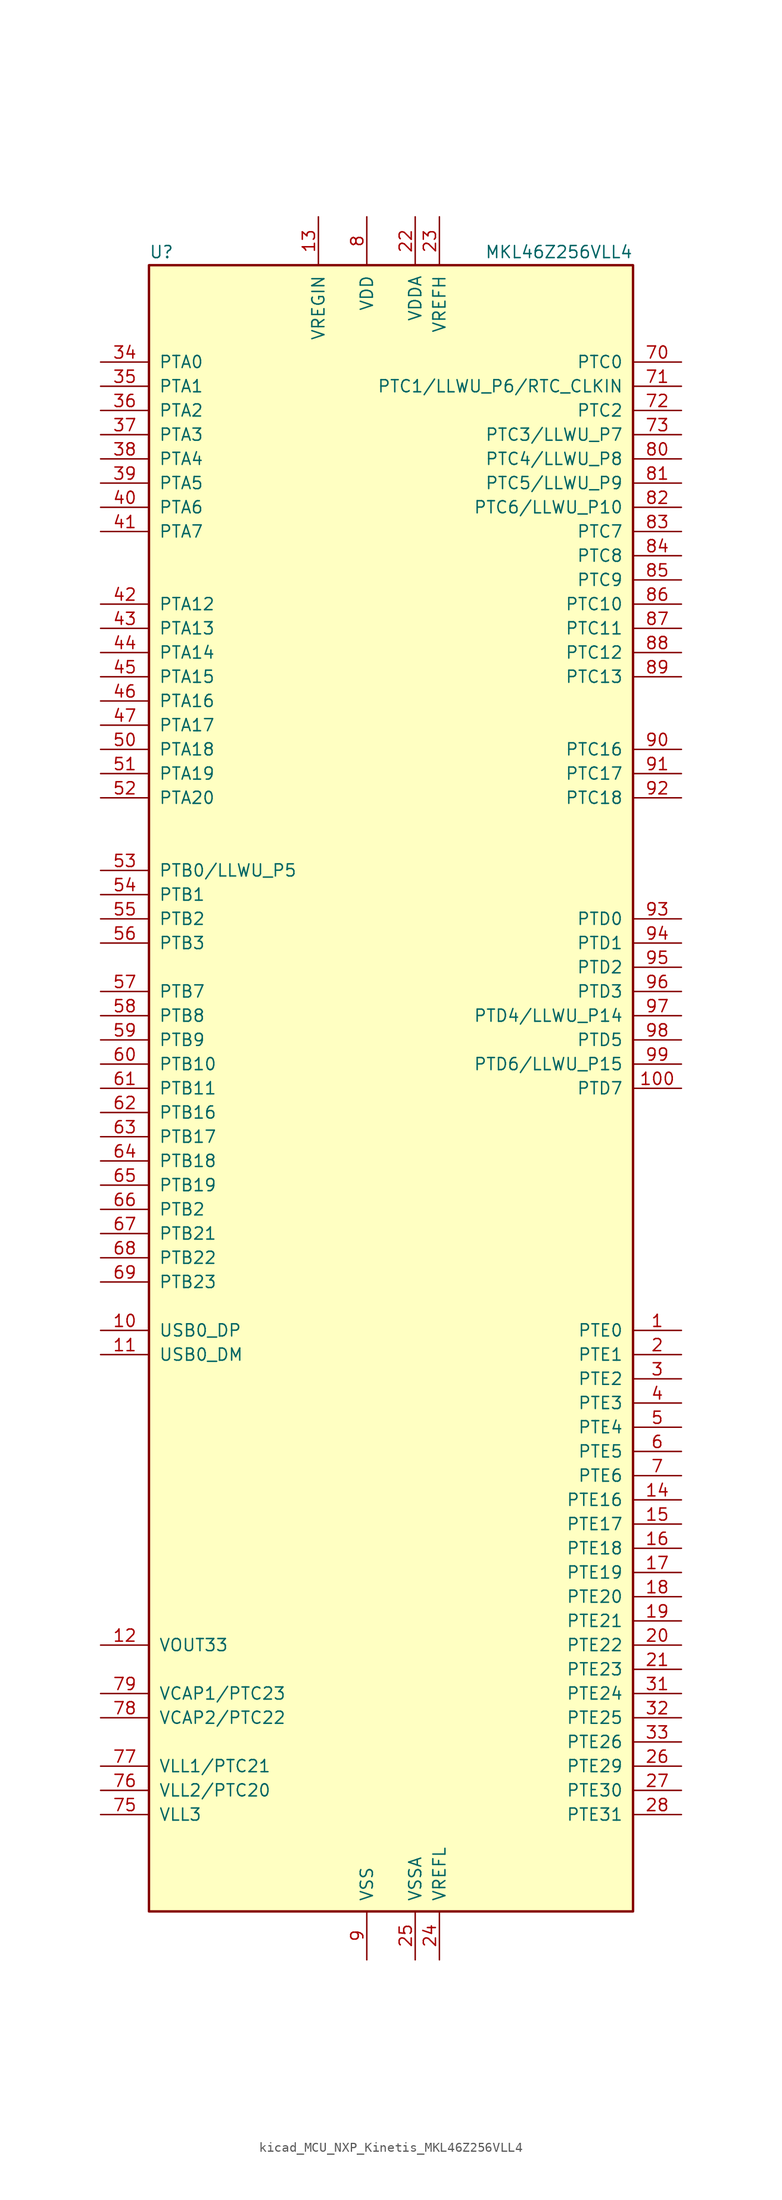
<source format=kicad_sym>
(kicad_symbol_lib
  (version 20220914)
  (generator kicad_symbol_editor)
  (symbol "kicad_MCU_NXP_Kinetis_MKL46Z256VLL4"
    (pin_names
      (offset 1.016))
    (property "Reference" "U"
      (at -25.4 86.995 0)
      (effects (font (size 1.27 1.27)) (justify left bottom)))
    (property "Value" "MKL46Z256VLL4"
      (at 25.4 86.995 0)
      (effects (font (size 1.27 1.27)) (justify right bottom)))
    (symbol "kicad_MCU_NXP_Kinetis_MKL46Z256VLL4_0_1"
      (rectangle (start -25.4 86.36) (end 25.4 -86.36) (stroke (width 0.254) (type default)) (fill (type background))))
    (symbol "kicad_MCU_NXP_Kinetis_MKL46Z256VLL4_1_1"
      (pin bidirectional line (at 30.48 -25.4 180) (length 5.08) (name "PTE0" (effects (font (size 1.27 1.27)))) (number "1" (effects (font (size 1.27 1.27)))))
      (pin bidirectional line (at -30.48 -25.4 0) (length 5.08) (name "USB0_DP" (effects (font (size 1.27 1.27)))) (number "10" (effects (font (size 1.27 1.27)))))
      (pin bidirectional line (at 30.48 0 180) (length 5.08) (name "PTD7" (effects (font (size 1.27 1.27)))) (number "100" (effects (font (size 1.27 1.27)))))
      (pin bidirectional line (at -30.48 -27.94 0) (length 5.08) (name "USB0_DM" (effects (font (size 1.27 1.27)))) (number "11" (effects (font (size 1.27 1.27)))))
      (pin power_out line (at -30.48 -58.42 0) (length 5.08) (name "VOUT33" (effects (font (size 1.27 1.27)))) (number "12" (effects (font (size 1.27 1.27)))))
      (pin power_in line (at -7.62 91.44 270) (length 5.08) (name "VREGIN" (effects (font (size 1.27 1.27)))) (number "13" (effects (font (size 1.27 1.27)))))
      (pin bidirectional line (at 30.48 -43.18 180) (length 5.08) (name "PTE16" (effects (font (size 1.27 1.27)))) (number "14" (effects (font (size 1.27 1.27)))))
      (pin bidirectional line (at 30.48 -45.72 180) (length 5.08) (name "PTE17" (effects (font (size 1.27 1.27)))) (number "15" (effects (font (size 1.27 1.27)))))
      (pin bidirectional line (at 30.48 -48.26 180) (length 5.08) (name "PTE18" (effects (font (size 1.27 1.27)))) (number "16" (effects (font (size 1.27 1.27)))))
      (pin bidirectional line (at 30.48 -50.8 180) (length 5.08) (name "PTE19" (effects (font (size 1.27 1.27)))) (number "17" (effects (font (size 1.27 1.27)))))
      (pin bidirectional line (at 30.48 -53.34 180) (length 5.08) (name "PTE20" (effects (font (size 1.27 1.27)))) (number "18" (effects (font (size 1.27 1.27)))))
      (pin bidirectional line (at 30.48 -55.88 180) (length 5.08) (name "PTE21" (effects (font (size 1.27 1.27)))) (number "19" (effects (font (size 1.27 1.27)))))
      (pin bidirectional line (at 30.48 -27.94 180) (length 5.08) (name "PTE1" (effects (font (size 1.27 1.27)))) (number "2" (effects (font (size 1.27 1.27)))))
      (pin bidirectional line (at 30.48 -58.42 180) (length 5.08) (name "PTE22" (effects (font (size 1.27 1.27)))) (number "20" (effects (font (size 1.27 1.27)))))
      (pin bidirectional line (at 30.48 -60.96 180) (length 5.08) (name "PTE23" (effects (font (size 1.27 1.27)))) (number "21" (effects (font (size 1.27 1.27)))))
      (pin power_in line (at 2.54 91.44 270) (length 5.08) (name "VDDA" (effects (font (size 1.27 1.27)))) (number "22" (effects (font (size 1.27 1.27)))))
      (pin power_in line (at 5.08 91.44 270) (length 5.08) (name "VREFH" (effects (font (size 1.27 1.27)))) (number "23" (effects (font (size 1.27 1.27)))))
      (pin power_in line (at 5.08 -91.44 90) (length 5.08) (name "VREFL" (effects (font (size 1.27 1.27)))) (number "24" (effects (font (size 1.27 1.27)))))
      (pin power_in line (at 2.54 -91.44 90) (length 5.08) (name "VSSA" (effects (font (size 1.27 1.27)))) (number "25" (effects (font (size 1.27 1.27)))))
      (pin bidirectional line (at 30.48 -71.12 180) (length 5.08) (name "PTE29" (effects (font (size 1.27 1.27)))) (number "26" (effects (font (size 1.27 1.27)))))
      (pin bidirectional line (at 30.48 -73.66 180) (length 5.08) (name "PTE30" (effects (font (size 1.27 1.27)))) (number "27" (effects (font (size 1.27 1.27)))))
      (pin bidirectional line (at 30.48 -76.2 180) (length 5.08) (name "PTE31" (effects (font (size 1.27 1.27)))) (number "28" (effects (font (size 1.27 1.27)))))
      (pin passive line (at -2.54 -91.44 90) (length 5.08) hide (name "VSS" (effects (font (size 1.27 1.27)))) (number "29" (effects (font (size 1.27 1.27)))))
      (pin bidirectional line (at 30.48 -30.48 180) (length 5.08) (name "PTE2" (effects (font (size 1.27 1.27)))) (number "3" (effects (font (size 1.27 1.27)))))
      (pin passive line (at -2.54 91.44 270) (length 5.08) hide (name "VDD" (effects (font (size 1.27 1.27)))) (number "30" (effects (font (size 1.27 1.27)))))
      (pin bidirectional line (at 30.48 -63.5 180) (length 5.08) (name "PTE24" (effects (font (size 1.27 1.27)))) (number "31" (effects (font (size 1.27 1.27)))))
      (pin bidirectional line (at 30.48 -66.04 180) (length 5.08) (name "PTE25" (effects (font (size 1.27 1.27)))) (number "32" (effects (font (size 1.27 1.27)))))
      (pin bidirectional line (at 30.48 -68.58 180) (length 5.08) (name "PTE26" (effects (font (size 1.27 1.27)))) (number "33" (effects (font (size 1.27 1.27)))))
      (pin bidirectional line (at -30.48 76.2 0) (length 5.08) (name "PTA0" (effects (font (size 1.27 1.27)))) (number "34" (effects (font (size 1.27 1.27)))))
      (pin bidirectional line (at -30.48 73.66 0) (length 5.08) (name "PTA1" (effects (font (size 1.27 1.27)))) (number "35" (effects (font (size 1.27 1.27)))))
      (pin bidirectional line (at -30.48 71.12 0) (length 5.08) (name "PTA2" (effects (font (size 1.27 1.27)))) (number "36" (effects (font (size 1.27 1.27)))))
      (pin bidirectional line (at -30.48 68.58 0) (length 5.08) (name "PTA3" (effects (font (size 1.27 1.27)))) (number "37" (effects (font (size 1.27 1.27)))))
      (pin bidirectional line (at -30.48 66.04 0) (length 5.08) (name "PTA4" (effects (font (size 1.27 1.27)))) (number "38" (effects (font (size 1.27 1.27)))))
      (pin bidirectional line (at -30.48 63.5 0) (length 5.08) (name "PTA5" (effects (font (size 1.27 1.27)))) (number "39" (effects (font (size 1.27 1.27)))))
      (pin bidirectional line (at 30.48 -33.02 180) (length 5.08) (name "PTE3" (effects (font (size 1.27 1.27)))) (number "4" (effects (font (size 1.27 1.27)))))
      (pin bidirectional line (at -30.48 60.96 0) (length 5.08) (name "PTA6" (effects (font (size 1.27 1.27)))) (number "40" (effects (font (size 1.27 1.27)))))
      (pin bidirectional line (at -30.48 58.42 0) (length 5.08) (name "PTA7" (effects (font (size 1.27 1.27)))) (number "41" (effects (font (size 1.27 1.27)))))
      (pin bidirectional line (at -30.48 50.8 0) (length 5.08) (name "PTA12" (effects (font (size 1.27 1.27)))) (number "42" (effects (font (size 1.27 1.27)))))
      (pin bidirectional line (at -30.48 48.26 0) (length 5.08) (name "PTA13" (effects (font (size 1.27 1.27)))) (number "43" (effects (font (size 1.27 1.27)))))
      (pin bidirectional line (at -30.48 45.72 0) (length 5.08) (name "PTA14" (effects (font (size 1.27 1.27)))) (number "44" (effects (font (size 1.27 1.27)))))
      (pin bidirectional line (at -30.48 43.18 0) (length 5.08) (name "PTA15" (effects (font (size 1.27 1.27)))) (number "45" (effects (font (size 1.27 1.27)))))
      (pin bidirectional line (at -30.48 40.64 0) (length 5.08) (name "PTA16" (effects (font (size 1.27 1.27)))) (number "46" (effects (font (size 1.27 1.27)))))
      (pin bidirectional line (at -30.48 38.1 0) (length 5.08) (name "PTA17" (effects (font (size 1.27 1.27)))) (number "47" (effects (font (size 1.27 1.27)))))
      (pin passive line (at -2.54 91.44 270) (length 5.08) hide (name "VDD" (effects (font (size 1.27 1.27)))) (number "48" (effects (font (size 1.27 1.27)))))
      (pin passive line (at -2.54 -91.44 90) (length 5.08) hide (name "VSS" (effects (font (size 1.27 1.27)))) (number "49" (effects (font (size 1.27 1.27)))))
      (pin bidirectional line (at 30.48 -35.56 180) (length 5.08) (name "PTE4" (effects (font (size 1.27 1.27)))) (number "5" (effects (font (size 1.27 1.27)))))
      (pin bidirectional line (at -30.48 35.56 0) (length 5.08) (name "PTA18" (effects (font (size 1.27 1.27)))) (number "50" (effects (font (size 1.27 1.27)))))
      (pin bidirectional line (at -30.48 33.02 0) (length 5.08) (name "PTA19" (effects (font (size 1.27 1.27)))) (number "51" (effects (font (size 1.27 1.27)))))
      (pin bidirectional line (at -30.48 30.48 0) (length 5.08) (name "PTA20" (effects (font (size 1.27 1.27)))) (number "52" (effects (font (size 1.27 1.27)))))
      (pin bidirectional line (at -30.48 22.86 0) (length 5.08) (name "PTB0/LLWU_P5" (effects (font (size 1.27 1.27)))) (number "53" (effects (font (size 1.27 1.27)))))
      (pin bidirectional line (at -30.48 20.32 0) (length 5.08) (name "PTB1" (effects (font (size 1.27 1.27)))) (number "54" (effects (font (size 1.27 1.27)))))
      (pin bidirectional line (at -30.48 17.78 0) (length 5.08) (name "PTB2" (effects (font (size 1.27 1.27)))) (number "55" (effects (font (size 1.27 1.27)))))
      (pin bidirectional line (at -30.48 15.24 0) (length 5.08) (name "PTB3" (effects (font (size 1.27 1.27)))) (number "56" (effects (font (size 1.27 1.27)))))
      (pin bidirectional line (at -30.48 10.16 0) (length 5.08) (name "PTB7" (effects (font (size 1.27 1.27)))) (number "57" (effects (font (size 1.27 1.27)))))
      (pin bidirectional line (at -30.48 7.62 0) (length 5.08) (name "PTB8" (effects (font (size 1.27 1.27)))) (number "58" (effects (font (size 1.27 1.27)))))
      (pin bidirectional line (at -30.48 5.08 0) (length 5.08) (name "PTB9" (effects (font (size 1.27 1.27)))) (number "59" (effects (font (size 1.27 1.27)))))
      (pin bidirectional line (at 30.48 -38.1 180) (length 5.08) (name "PTE5" (effects (font (size 1.27 1.27)))) (number "6" (effects (font (size 1.27 1.27)))))
      (pin bidirectional line (at -30.48 2.54 0) (length 5.08) (name "PTB10" (effects (font (size 1.27 1.27)))) (number "60" (effects (font (size 1.27 1.27)))))
      (pin bidirectional line (at -30.48 0 0) (length 5.08) (name "PTB11" (effects (font (size 1.27 1.27)))) (number "61" (effects (font (size 1.27 1.27)))))
      (pin bidirectional line (at -30.48 -2.54 0) (length 5.08) (name "PTB16" (effects (font (size 1.27 1.27)))) (number "62" (effects (font (size 1.27 1.27)))))
      (pin bidirectional line (at -30.48 -5.08 0) (length 5.08) (name "PTB17" (effects (font (size 1.27 1.27)))) (number "63" (effects (font (size 1.27 1.27)))))
      (pin bidirectional line (at -30.48 -7.62 0) (length 5.08) (name "PTB18" (effects (font (size 1.27 1.27)))) (number "64" (effects (font (size 1.27 1.27)))))
      (pin bidirectional line (at -30.48 -10.16 0) (length 5.08) (name "PTB19" (effects (font (size 1.27 1.27)))) (number "65" (effects (font (size 1.27 1.27)))))
      (pin bidirectional line (at -30.48 -12.7 0) (length 5.08) (name "PTB2" (effects (font (size 1.27 1.27)))) (number "66" (effects (font (size 1.27 1.27)))))
      (pin bidirectional line (at -30.48 -15.24 0) (length 5.08) (name "PTB21" (effects (font (size 1.27 1.27)))) (number "67" (effects (font (size 1.27 1.27)))))
      (pin bidirectional line (at -30.48 -17.78 0) (length 5.08) (name "PTB22" (effects (font (size 1.27 1.27)))) (number "68" (effects (font (size 1.27 1.27)))))
      (pin bidirectional line (at -30.48 -20.32 0) (length 5.08) (name "PTB23" (effects (font (size 1.27 1.27)))) (number "69" (effects (font (size 1.27 1.27)))))
      (pin bidirectional line (at 30.48 -40.64 180) (length 5.08) (name "PTE6" (effects (font (size 1.27 1.27)))) (number "7" (effects (font (size 1.27 1.27)))))
      (pin bidirectional line (at 30.48 76.2 180) (length 5.08) (name "PTC0" (effects (font (size 1.27 1.27)))) (number "70" (effects (font (size 1.27 1.27)))))
      (pin bidirectional line (at 30.48 73.66 180) (length 5.08) (name "PTC1/LLWU_P6/RTC_CLKIN" (effects (font (size 1.27 1.27)))) (number "71" (effects (font (size 1.27 1.27)))))
      (pin bidirectional line (at 30.48 71.12 180) (length 5.08) (name "PTC2" (effects (font (size 1.27 1.27)))) (number "72" (effects (font (size 1.27 1.27)))))
      (pin bidirectional line (at 30.48 68.58 180) (length 5.08) (name "PTC3/LLWU_P7" (effects (font (size 1.27 1.27)))) (number "73" (effects (font (size 1.27 1.27)))))
      (pin passive line (at -2.54 -91.44 90) (length 5.08) hide (name "VSS" (effects (font (size 1.27 1.27)))) (number "74" (effects (font (size 1.27 1.27)))))
      (pin power_out line (at -30.48 -76.2 0) (length 5.08) (name "VLL3" (effects (font (size 1.27 1.27)))) (number "75" (effects (font (size 1.27 1.27)))))
      (pin power_out line (at -30.48 -73.66 0) (length 5.08) (name "VLL2/PTC20" (effects (font (size 1.27 1.27)))) (number "76" (effects (font (size 1.27 1.27)))))
      (pin power_out line (at -30.48 -71.12 0) (length 5.08) (name "VLL1/PTC21" (effects (font (size 1.27 1.27)))) (number "77" (effects (font (size 1.27 1.27)))))
      (pin passive line (at -30.48 -66.04 0) (length 5.08) (name "VCAP2/PTC22" (effects (font (size 1.27 1.27)))) (number "78" (effects (font (size 1.27 1.27)))))
      (pin passive line (at -30.48 -63.5 0) (length 5.08) (name "VCAP1/PTC23" (effects (font (size 1.27 1.27)))) (number "79" (effects (font (size 1.27 1.27)))))
      (pin power_in line (at -2.54 91.44 270) (length 5.08) (name "VDD" (effects (font (size 1.27 1.27)))) (number "8" (effects (font (size 1.27 1.27)))))
      (pin bidirectional line (at 30.48 66.04 180) (length 5.08) (name "PTC4/LLWU_P8" (effects (font (size 1.27 1.27)))) (number "80" (effects (font (size 1.27 1.27)))))
      (pin bidirectional line (at 30.48 63.5 180) (length 5.08) (name "PTC5/LLWU_P9" (effects (font (size 1.27 1.27)))) (number "81" (effects (font (size 1.27 1.27)))))
      (pin bidirectional line (at 30.48 60.96 180) (length 5.08) (name "PTC6/LLWU_P10" (effects (font (size 1.27 1.27)))) (number "82" (effects (font (size 1.27 1.27)))))
      (pin bidirectional line (at 30.48 58.42 180) (length 5.08) (name "PTC7" (effects (font (size 1.27 1.27)))) (number "83" (effects (font (size 1.27 1.27)))))
      (pin bidirectional line (at 30.48 55.88 180) (length 5.08) (name "PTC8" (effects (font (size 1.27 1.27)))) (number "84" (effects (font (size 1.27 1.27)))))
      (pin bidirectional line (at 30.48 53.34 180) (length 5.08) (name "PTC9" (effects (font (size 1.27 1.27)))) (number "85" (effects (font (size 1.27 1.27)))))
      (pin bidirectional line (at 30.48 50.8 180) (length 5.08) (name "PTC10" (effects (font (size 1.27 1.27)))) (number "86" (effects (font (size 1.27 1.27)))))
      (pin bidirectional line (at 30.48 48.26 180) (length 5.08) (name "PTC11" (effects (font (size 1.27 1.27)))) (number "87" (effects (font (size 1.27 1.27)))))
      (pin bidirectional line (at 30.48 45.72 180) (length 5.08) (name "PTC12" (effects (font (size 1.27 1.27)))) (number "88" (effects (font (size 1.27 1.27)))))
      (pin bidirectional line (at 30.48 43.18 180) (length 5.08) (name "PTC13" (effects (font (size 1.27 1.27)))) (number "89" (effects (font (size 1.27 1.27)))))
      (pin power_in line (at -2.54 -91.44 90) (length 5.08) (name "VSS" (effects (font (size 1.27 1.27)))) (number "9" (effects (font (size 1.27 1.27)))))
      (pin bidirectional line (at 30.48 35.56 180) (length 5.08) (name "PTC16" (effects (font (size 1.27 1.27)))) (number "90" (effects (font (size 1.27 1.27)))))
      (pin bidirectional line (at 30.48 33.02 180) (length 5.08) (name "PTC17" (effects (font (size 1.27 1.27)))) (number "91" (effects (font (size 1.27 1.27)))))
      (pin bidirectional line (at 30.48 30.48 180) (length 5.08) (name "PTC18" (effects (font (size 1.27 1.27)))) (number "92" (effects (font (size 1.27 1.27)))))
      (pin bidirectional line (at 30.48 17.78 180) (length 5.08) (name "PTD0" (effects (font (size 1.27 1.27)))) (number "93" (effects (font (size 1.27 1.27)))))
      (pin bidirectional line (at 30.48 15.24 180) (length 5.08) (name "PTD1" (effects (font (size 1.27 1.27)))) (number "94" (effects (font (size 1.27 1.27)))))
      (pin bidirectional line (at 30.48 12.7 180) (length 5.08) (name "PTD2" (effects (font (size 1.27 1.27)))) (number "95" (effects (font (size 1.27 1.27)))))
      (pin bidirectional line (at 30.48 10.16 180) (length 5.08) (name "PTD3" (effects (font (size 1.27 1.27)))) (number "96" (effects (font (size 1.27 1.27)))))
      (pin bidirectional line (at 30.48 7.62 180) (length 5.08) (name "PTD4/LLWU_P14" (effects (font (size 1.27 1.27)))) (number "97" (effects (font (size 1.27 1.27)))))
      (pin bidirectional line (at 30.48 5.08 180) (length 5.08) (name "PTD5" (effects (font (size 1.27 1.27)))) (number "98" (effects (font (size 1.27 1.27)))))
      (pin bidirectional line (at 30.48 2.54 180) (length 5.08) (name "PTD6/LLWU_P15" (effects (font (size 1.27 1.27)))) (number "99" (effects (font (size 1.27 1.27))))))))
</source>
